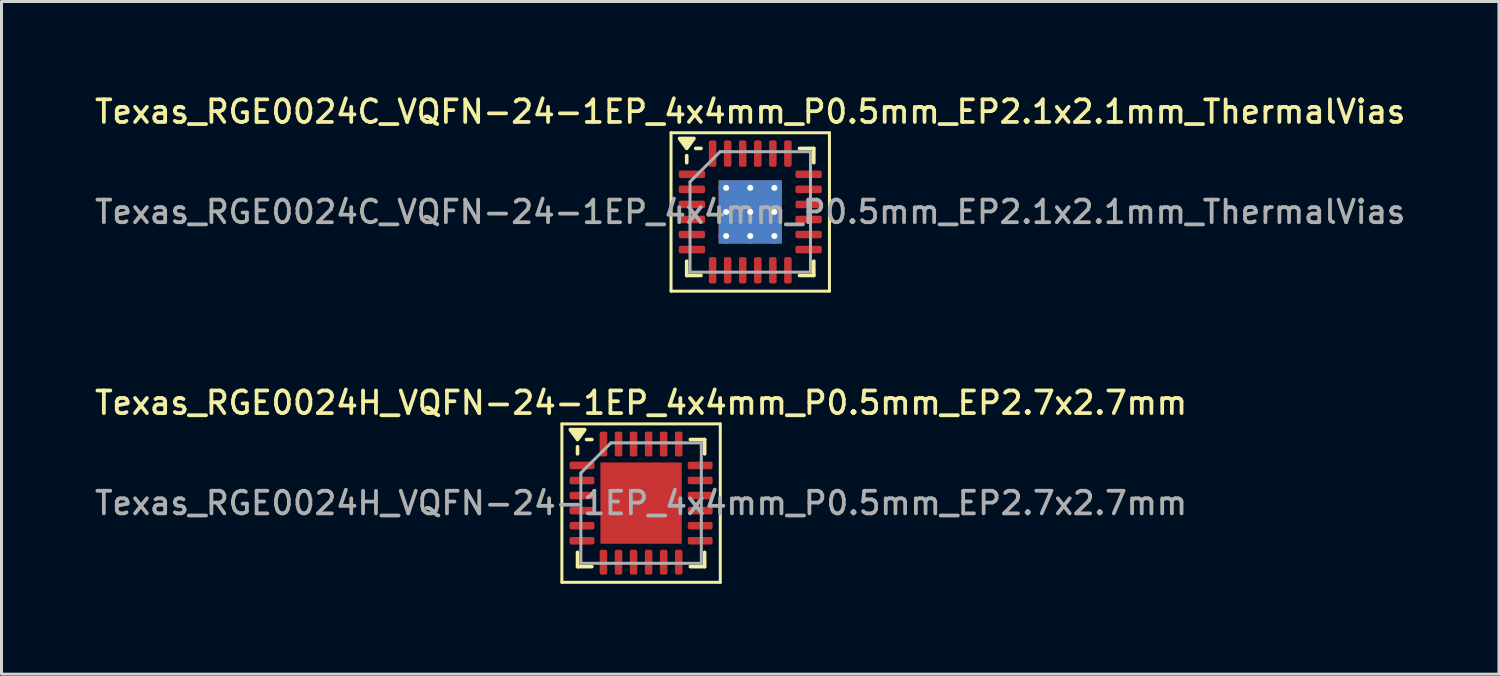
<source format=kicad_pcb>
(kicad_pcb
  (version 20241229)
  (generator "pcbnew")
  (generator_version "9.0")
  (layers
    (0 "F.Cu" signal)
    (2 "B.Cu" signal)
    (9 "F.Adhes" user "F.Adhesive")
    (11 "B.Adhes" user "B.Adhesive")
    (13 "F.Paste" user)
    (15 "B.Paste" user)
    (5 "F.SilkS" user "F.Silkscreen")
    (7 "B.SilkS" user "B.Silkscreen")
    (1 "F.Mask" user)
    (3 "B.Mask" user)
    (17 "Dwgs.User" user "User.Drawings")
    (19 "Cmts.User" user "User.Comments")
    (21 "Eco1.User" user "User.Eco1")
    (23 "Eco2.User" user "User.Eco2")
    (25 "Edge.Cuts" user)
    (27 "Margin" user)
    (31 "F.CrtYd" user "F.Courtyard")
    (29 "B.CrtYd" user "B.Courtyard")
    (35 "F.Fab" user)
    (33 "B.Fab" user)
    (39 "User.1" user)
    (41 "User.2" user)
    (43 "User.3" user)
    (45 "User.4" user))
  (footprint "Texas_RGE0024H_VQFN-24-1EP_4x4mm_P0.5mm_EP2.7x2.7mm"
    (layer "F.Cu")
    (at 18.238 13.656)
    (property "Reference" "Texas_RGE0024H_VQFN-24-1EP_4x4mm_P0.5mm_EP2.7x2.7mm" (at 0 -3.33 0) (layer "F.SilkS") (effects (font (size 0.75 0.75) (thickness 0.125))))
    (attr smd)
    (fp_line (start -2.63 -2.63) (end -2.63 2.63) (stroke (width 0.1) (type solid)) (layer "F.SilkS"))
    (fp_line (start -2.63 2.63) (end 2.63 2.63) (stroke (width 0.1) (type solid)) (layer "F.SilkS"))
    (fp_line (start -2.11 -1.635) (end -2.11 -1.87) (stroke (width 0.12) (type solid)) (layer "F.SilkS"))
    (fp_line (start -2.11 2.11) (end -2.11 1.635) (stroke (width 0.12) (type solid)) (layer "F.SilkS"))
    (fp_line (start -1.635 -2.11) (end -1.81 -2.11) (stroke (width 0.12) (type solid)) (layer "F.SilkS"))
    (fp_line (start -1.635 2.11) (end -2.11 2.11) (stroke (width 0.12) (type solid)) (layer "F.SilkS"))
    (fp_line (start 1.635 -2.11) (end 2.11 -2.11) (stroke (width 0.12) (type solid)) (layer "F.SilkS"))
    (fp_line (start 1.635 2.11) (end 2.11 2.11) (stroke (width 0.12) (type solid)) (layer "F.SilkS"))
    (fp_line (start 2.11 -2.11) (end 2.11 -1.635) (stroke (width 0.12) (type solid)) (layer "F.SilkS"))
    (fp_line (start 2.11 2.11) (end 2.11 1.635) (stroke (width 0.12) (type solid)) (layer "F.SilkS"))
    (fp_line (start 2.63 -2.63) (end -2.63 -2.63) (stroke (width 0.1) (type solid)) (layer "F.SilkS"))
    (fp_line (start 2.63 2.63) (end 2.63 -2.63) (stroke (width 0.1) (type solid)) (layer "F.SilkS"))
    (fp_poly (pts (xy -2.11 -2.11) (xy -2.35 -2.44) (xy -1.87 -2.44) (xy -2.11 -2.11)) (stroke (width 0.12) (type solid)) (fill yes) (layer "F.SilkS"))
    (fp_line (start -2 -1) (end -1 -2) (stroke (width 0.1) (type solid)) (layer "F.Fab"))
    (fp_line (start -2 2) (end -2 -1) (stroke (width 0.1) (type solid)) (layer "F.Fab"))
    (fp_line (start -1 -2) (end 2 -2) (stroke (width 0.1) (type solid)) (layer "F.Fab"))
    (fp_line (start 2 -2) (end 2 2) (stroke (width 0.1) (type solid)) (layer "F.Fab"))
    (fp_line (start 2 2) (end -2 2) (stroke (width 0.1) (type solid)) (layer "F.Fab"))
    (fp_text user "${REFERENCE}" (at 0 0 0) (layer "F.Fab") (effects (font (size 0.75 0.75) (thickness 0.125))))
    (pad "" smd roundrect (at -0.675 -0.675) (size 1.09 1.09) (layers "F.Paste") (roundrect_rratio 0.229))
    (pad "" smd roundrect (at -0.675 0.675) (size 1.09 1.09) (layers "F.Paste") (roundrect_rratio 0.229))
    (pad "" smd roundrect (at 0.675 -0.675) (size 1.09 1.09) (layers "F.Paste") (roundrect_rratio 0.229))
    (pad "" smd roundrect (at 0.675 0.675) (size 1.09 1.09) (layers "F.Paste") (roundrect_rratio 0.229))
    (pad "1" smd roundrect (at -1.962 -1.25) (size 0.825 0.25) (layers "F.Cu" "F.Mask" "F.Paste") (roundrect_rratio 0.25))
    (pad "2" smd roundrect (at -1.962 -0.75) (size 0.825 0.25) (layers "F.Cu" "F.Mask" "F.Paste") (roundrect_rratio 0.25))
    (pad "3" smd roundrect (at -1.962 -0.25) (size 0.825 0.25) (layers "F.Cu" "F.Mask" "F.Paste") (roundrect_rratio 0.25))
    (pad "4" smd roundrect (at -1.962 0.25) (size 0.825 0.25) (layers "F.Cu" "F.Mask" "F.Paste") (roundrect_rratio 0.25))
    (pad "5" smd roundrect (at -1.962 0.75) (size 0.825 0.25) (layers "F.Cu" "F.Mask" "F.Paste") (roundrect_rratio 0.25))
    (pad "6" smd roundrect (at -1.962 1.25) (size 0.825 0.25) (layers "F.Cu" "F.Mask" "F.Paste") (roundrect_rratio 0.25))
    (pad "7" smd roundrect (at -1.25 1.962) (size 0.25 0.825) (layers "F.Cu" "F.Mask" "F.Paste") (roundrect_rratio 0.25))
    (pad "8" smd roundrect (at -0.75 1.962) (size 0.25 0.825) (layers "F.Cu" "F.Mask" "F.Paste") (roundrect_rratio 0.25))
    (pad "9" smd roundrect (at -0.25 1.962) (size 0.25 0.825) (layers "F.Cu" "F.Mask" "F.Paste") (roundrect_rratio 0.25))
    (pad "10" smd roundrect (at 0.25 1.962) (size 0.25 0.825) (layers "F.Cu" "F.Mask" "F.Paste") (roundrect_rratio 0.25))
    (pad "11" smd roundrect (at 0.75 1.962) (size 0.25 0.825) (layers "F.Cu" "F.Mask" "F.Paste") (roundrect_rratio 0.25))
    (pad "12" smd roundrect (at 1.25 1.962) (size 0.25 0.825) (layers "F.Cu" "F.Mask" "F.Paste") (roundrect_rratio 0.25))
    (pad "13" smd roundrect (at 1.962 1.25) (size 0.825 0.25) (layers "F.Cu" "F.Mask" "F.Paste") (roundrect_rratio 0.25))
    (pad "14" smd roundrect (at 1.962 0.75) (size 0.825 0.25) (layers "F.Cu" "F.Mask" "F.Paste") (roundrect_rratio 0.25))
    (pad "15" smd roundrect (at 1.962 0.25) (size 0.825 0.25) (layers "F.Cu" "F.Mask" "F.Paste") (roundrect_rratio 0.25))
    (pad "16" smd roundrect (at 1.962 -0.25) (size 0.825 0.25) (layers "F.Cu" "F.Mask" "F.Paste") (roundrect_rratio 0.25))
    (pad "17" smd roundrect (at 1.962 -0.75) (size 0.825 0.25) (layers "F.Cu" "F.Mask" "F.Paste") (roundrect_rratio 0.25))
    (pad "18" smd roundrect (at 1.962 -1.25) (size 0.825 0.25) (layers "F.Cu" "F.Mask" "F.Paste") (roundrect_rratio 0.25))
    (pad "19" smd roundrect (at 1.25 -1.962) (size 0.25 0.825) (layers "F.Cu" "F.Mask" "F.Paste") (roundrect_rratio 0.25))
    (pad "20" smd roundrect (at 0.75 -1.962) (size 0.25 0.825) (layers "F.Cu" "F.Mask" "F.Paste") (roundrect_rratio 0.25))
    (pad "21" smd roundrect (at 0.25 -1.962) (size 0.25 0.825) (layers "F.Cu" "F.Mask" "F.Paste") (roundrect_rratio 0.25))
    (pad "22" smd roundrect (at -0.25 -1.962) (size 0.25 0.825) (layers "F.Cu" "F.Mask" "F.Paste") (roundrect_rratio 0.25))
    (pad "23" smd roundrect (at -0.75 -1.962) (size 0.25 0.825) (layers "F.Cu" "F.Mask" "F.Paste") (roundrect_rratio 0.25))
    (pad "24" smd roundrect (at -1.25 -1.962) (size 0.25 0.825) (layers "F.Cu" "F.Mask" "F.Paste") (roundrect_rratio 0.25))
    (pad "25" smd rect (at 0 0) (size 2.7 2.7) (property pad_prop_heatsink) (layers "F.Cu" "F.Mask")))
  (footprint "Texas_RGE0024C_VQFN-24-1EP_4x4mm_P0.5mm_EP2.1x2.1mm_ThermalVias"
    (layer "F.Cu")
    (at 21.863 3.988)
    (property "Reference" "Texas_RGE0024C_VQFN-24-1EP_4x4mm_P0.5mm_EP2.1x2.1mm_ThermalVias" (at 0 -3.33 0) (layer "F.SilkS") (effects (font (size 0.75 0.75) (thickness 0.125))))
    (attr smd)
    (fp_line (start -2.63 -2.63) (end -2.63 2.63) (stroke (width 0.1) (type solid)) (layer "F.SilkS"))
    (fp_line (start -2.63 2.63) (end 2.63 2.63) (stroke (width 0.1) (type solid)) (layer "F.SilkS"))
    (fp_line (start -2.11 -1.635) (end -2.11 -1.87) (stroke (width 0.12) (type solid)) (layer "F.SilkS"))
    (fp_line (start -2.11 2.11) (end -2.11 1.635) (stroke (width 0.12) (type solid)) (layer "F.SilkS"))
    (fp_line (start -1.635 -2.11) (end -1.81 -2.11) (stroke (width 0.12) (type solid)) (layer "F.SilkS"))
    (fp_line (start -1.635 2.11) (end -2.11 2.11) (stroke (width 0.12) (type solid)) (layer "F.SilkS"))
    (fp_line (start 1.635 -2.11) (end 2.11 -2.11) (stroke (width 0.12) (type solid)) (layer "F.SilkS"))
    (fp_line (start 1.635 2.11) (end 2.11 2.11) (stroke (width 0.12) (type solid)) (layer "F.SilkS"))
    (fp_line (start 2.11 -2.11) (end 2.11 -1.635) (stroke (width 0.12) (type solid)) (layer "F.SilkS"))
    (fp_line (start 2.11 2.11) (end 2.11 1.635) (stroke (width 0.12) (type solid)) (layer "F.SilkS"))
    (fp_line (start 2.63 -2.63) (end -2.63 -2.63) (stroke (width 0.1) (type solid)) (layer "F.SilkS"))
    (fp_line (start 2.63 2.63) (end 2.63 -2.63) (stroke (width 0.1) (type solid)) (layer "F.SilkS"))
    (fp_poly (pts (xy -2.11 -2.11) (xy -2.35 -2.44) (xy -1.87 -2.44) (xy -2.11 -2.11)) (stroke (width 0.12) (type solid)) (fill yes) (layer "F.SilkS"))
    (fp_line (start -2 -1) (end -1 -2) (stroke (width 0.1) (type solid)) (layer "F.Fab"))
    (fp_line (start -2 2) (end -2 -1) (stroke (width 0.1) (type solid)) (layer "F.Fab"))
    (fp_line (start -1 -2) (end 2 -2) (stroke (width 0.1) (type solid)) (layer "F.Fab"))
    (fp_line (start 2 -2) (end 2 2) (stroke (width 0.1) (type solid)) (layer "F.Fab"))
    (fp_line (start 2 2) (end -2 2) (stroke (width 0.1) (type solid)) (layer "F.Fab"))
    (fp_text user "${REFERENCE}" (at 0 0 0) (layer "F.Fab") (effects (font (size 0.75 0.75) (thickness 0.125))))
    (pad "" smd roundrect (at -0.525 -0.525) (size 0.85 0.85) (layers "F.Paste") (roundrect_rratio 0.25))
    (pad "" smd roundrect (at -0.525 0.525) (size 0.85 0.85) (layers "F.Paste") (roundrect_rratio 0.25))
    (pad "" smd roundrect (at 0.525 -0.525) (size 0.85 0.85) (layers "F.Paste") (roundrect_rratio 0.25))
    (pad "" smd roundrect (at 0.525 0.525) (size 0.85 0.85) (layers "F.Paste") (roundrect_rratio 0.25))
    (pad "1" smd roundrect (at -1.938 -1.25) (size 0.875 0.25) (layers "F.Cu" "F.Mask" "F.Paste") (roundrect_rratio 0.25))
    (pad "2" smd roundrect (at -1.938 -0.75) (size 0.875 0.25) (layers "F.Cu" "F.Mask" "F.Paste") (roundrect_rratio 0.25))
    (pad "3" smd roundrect (at -1.938 -0.25) (size 0.875 0.25) (layers "F.Cu" "F.Mask" "F.Paste") (roundrect_rratio 0.25))
    (pad "4" smd roundrect (at -1.938 0.25) (size 0.875 0.25) (layers "F.Cu" "F.Mask" "F.Paste") (roundrect_rratio 0.25))
    (pad "5" smd roundrect (at -1.938 0.75) (size 0.875 0.25) (layers "F.Cu" "F.Mask" "F.Paste") (roundrect_rratio 0.25))
    (pad "6" smd roundrect (at -1.938 1.25) (size 0.875 0.25) (layers "F.Cu" "F.Mask" "F.Paste") (roundrect_rratio 0.25))
    (pad "7" smd roundrect (at -1.25 1.938) (size 0.25 0.875) (layers "F.Cu" "F.Mask" "F.Paste") (roundrect_rratio 0.25))
    (pad "8" smd roundrect (at -0.75 1.938) (size 0.25 0.875) (layers "F.Cu" "F.Mask" "F.Paste") (roundrect_rratio 0.25))
    (pad "9" smd roundrect (at -0.25 1.938) (size 0.25 0.875) (layers "F.Cu" "F.Mask" "F.Paste") (roundrect_rratio 0.25))
    (pad "10" smd roundrect (at 0.25 1.938) (size 0.25 0.875) (layers "F.Cu" "F.Mask" "F.Paste") (roundrect_rratio 0.25))
    (pad "11" smd roundrect (at 0.75 1.938) (size 0.25 0.875) (layers "F.Cu" "F.Mask" "F.Paste") (roundrect_rratio 0.25))
    (pad "12" smd roundrect (at 1.25 1.938) (size 0.25 0.875) (layers "F.Cu" "F.Mask" "F.Paste") (roundrect_rratio 0.25))
    (pad "13" smd roundrect (at 1.938 1.25) (size 0.875 0.25) (layers "F.Cu" "F.Mask" "F.Paste") (roundrect_rratio 0.25))
    (pad "14" smd roundrect (at 1.938 0.75) (size 0.875 0.25) (layers "F.Cu" "F.Mask" "F.Paste") (roundrect_rratio 0.25))
    (pad "15" smd roundrect (at 1.938 0.25) (size 0.875 0.25) (layers "F.Cu" "F.Mask" "F.Paste") (roundrect_rratio 0.25))
    (pad "16" smd roundrect (at 1.938 -0.25) (size 0.875 0.25) (layers "F.Cu" "F.Mask" "F.Paste") (roundrect_rratio 0.25))
    (pad "17" smd roundrect (at 1.938 -0.75) (size 0.875 0.25) (layers "F.Cu" "F.Mask" "F.Paste") (roundrect_rratio 0.25))
    (pad "18" smd roundrect (at 1.938 -1.25) (size 0.875 0.25) (layers "F.Cu" "F.Mask" "F.Paste") (roundrect_rratio 0.25))
    (pad "19" smd roundrect (at 1.25 -1.938) (size 0.25 0.875) (layers "F.Cu" "F.Mask" "F.Paste") (roundrect_rratio 0.25))
    (pad "20" smd roundrect (at 0.75 -1.938) (size 0.25 0.875) (layers "F.Cu" "F.Mask" "F.Paste") (roundrect_rratio 0.25))
    (pad "21" smd roundrect (at 0.25 -1.938) (size 0.25 0.875) (layers "F.Cu" "F.Mask" "F.Paste") (roundrect_rratio 0.25))
    (pad "22" smd roundrect (at -0.25 -1.938) (size 0.25 0.875) (layers "F.Cu" "F.Mask" "F.Paste") (roundrect_rratio 0.25))
    (pad "23" smd roundrect (at -0.75 -1.938) (size 0.25 0.875) (layers "F.Cu" "F.Mask" "F.Paste") (roundrect_rratio 0.25))
    (pad "24" smd roundrect (at -1.25 -1.938) (size 0.25 0.875) (layers "F.Cu" "F.Mask" "F.Paste") (roundrect_rratio 0.25))
    (pad "25" thru_hole circle (at -0.8 -0.8) (size 0.5 0.5) (drill 0.2) (property pad_prop_heatsink) (layers "*.Cu"))
    (pad "25" thru_hole circle (at -0.8 0) (size 0.5 0.5) (drill 0.2) (property pad_prop_heatsink) (layers "*.Cu"))
    (pad "25" thru_hole circle (at -0.8 0.8) (size 0.5 0.5) (drill 0.2) (property pad_prop_heatsink) (layers "*.Cu"))
    (pad "25" thru_hole circle (at 0 -0.8) (size 0.5 0.5) (drill 0.2) (property pad_prop_heatsink) (layers "*.Cu"))
    (pad "25" thru_hole circle (at 0 0) (size 0.5 0.5) (drill 0.2) (property pad_prop_heatsink) (layers "*.Cu"))
    (pad "25" smd rect (at 0 0) (size 2.1 2.1) (property pad_prop_heatsink) (layers "F.Cu" "F.Mask"))
    (pad "25" smd rect (at 0 0) (size 2.1 2.1) (property pad_prop_heatsink) (layers "B.Cu"))
    (pad "25" thru_hole circle (at 0 0.8) (size 0.5 0.5) (drill 0.2) (property pad_prop_heatsink) (layers "*.Cu"))
    (pad "25" thru_hole circle (at 0.8 -0.8) (size 0.5 0.5) (drill 0.2) (property pad_prop_heatsink) (layers "*.Cu"))
    (pad "25" thru_hole circle (at 0.8 0) (size 0.5 0.5) (drill 0.2) (property pad_prop_heatsink) (layers "*.Cu"))
    (pad "25" thru_hole circle (at 0.8 0.8) (size 0.5 0.5) (drill 0.2) (property pad_prop_heatsink) (layers "*.Cu")))
  (gr_rect
    (start -3 -3)
    (end 46.725 19.336)
    (stroke (width 0.1) (type default))
    (fill no)
    (layer "Edge.Cuts")))
</source>
